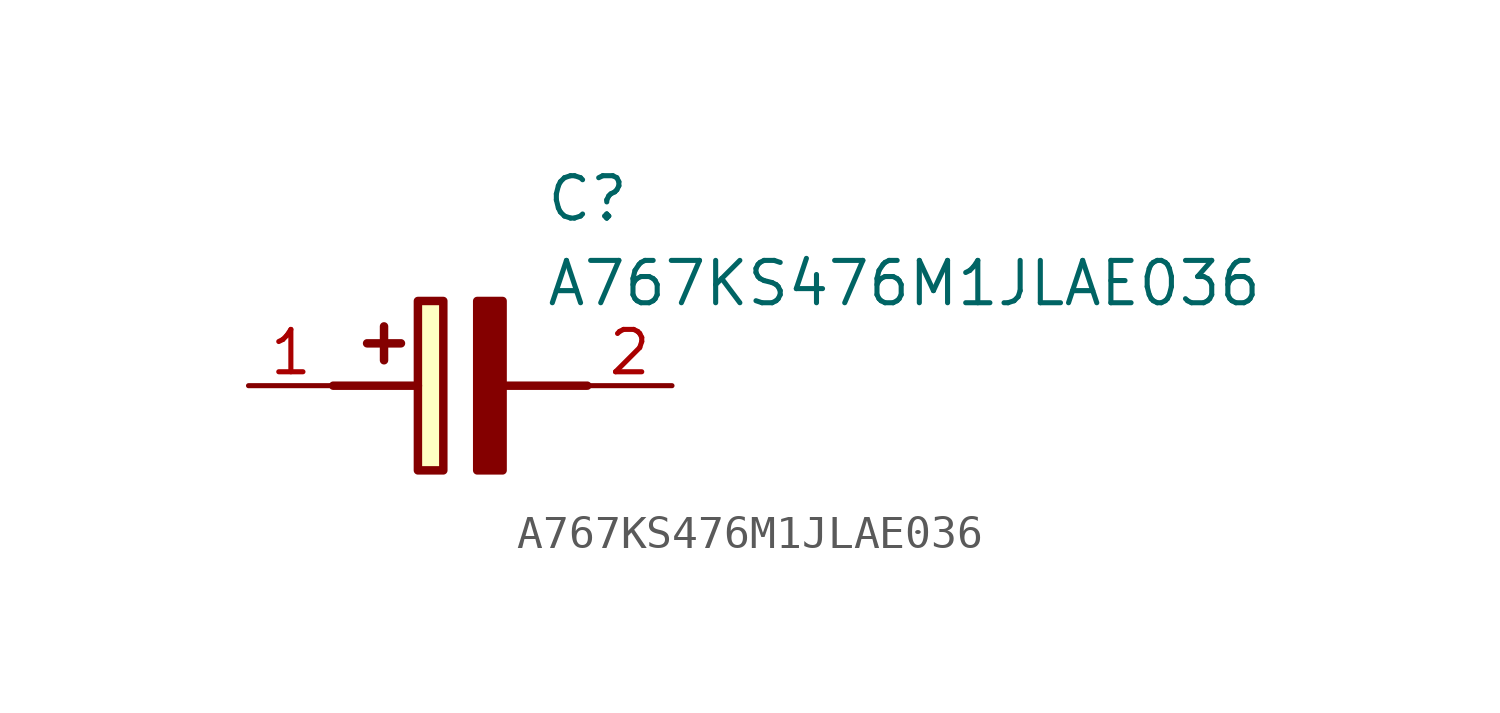
<source format=kicad_sym>
(kicad_symbol_lib
  (version 20211014)
  (generator SamacSys_ECAD_Model)
  (symbol "A767KS476M1JLAE036"
    (pin_names hide)
    (property "Reference" "C"
      (at 8.89 6.35 0)
      (effects (font (size 1.27 1.27)) (justify left top)))
    (property "Value" "A767KS476M1JLAE036"
      (at 8.89 3.81 0)
      (effects (font (size 1.27 1.27)) (justify left top)))
    (rectangle
      (start 5.08 2.54)
      (end 5.842 -2.54)
      (stroke (width 0.254) (type default))
      (fill (type background)))
    (polyline
      (pts (xy 4.572 1.27) (xy 3.556 1.27))
      (stroke (width 0.254) (type default))
      (fill (type none)))
    (polyline
      (pts (xy 4.064 1.778) (xy 4.064 0.762))
      (stroke (width 0.254) (type default))
      (fill (type none)))
    (polyline
      (pts (xy 2.54 0) (xy 5.08 0))
      (stroke (width 0.254) (type default))
      (fill (type none)))
    (polyline
      (pts (xy 7.62 0) (xy 10.16 0))
      (stroke (width 0.254) (type default))
      (fill (type none)))
    (polyline
      (pts (xy 7.62 2.54) (xy 7.62 -2.54) (xy 6.858 -2.54) (xy 6.858 2.54) (xy 7.62 2.54))
      (stroke (width 0.254) (type default))
      (fill (type outline)))
    (pin passive line
      (at 0 0 0)
      (length 2.54)
      (name "+" (effects (font (size 1.27 1.27))))
      (number "1" (effects (font (size 1.27 1.27)))))
    (pin passive line
      (at 12.7 0 180)
      (length 2.54)
      (name "-" (effects (font (size 1.27 1.27))))
      (number "2" (effects (font (size 1.27 1.27)))))))
</source>
